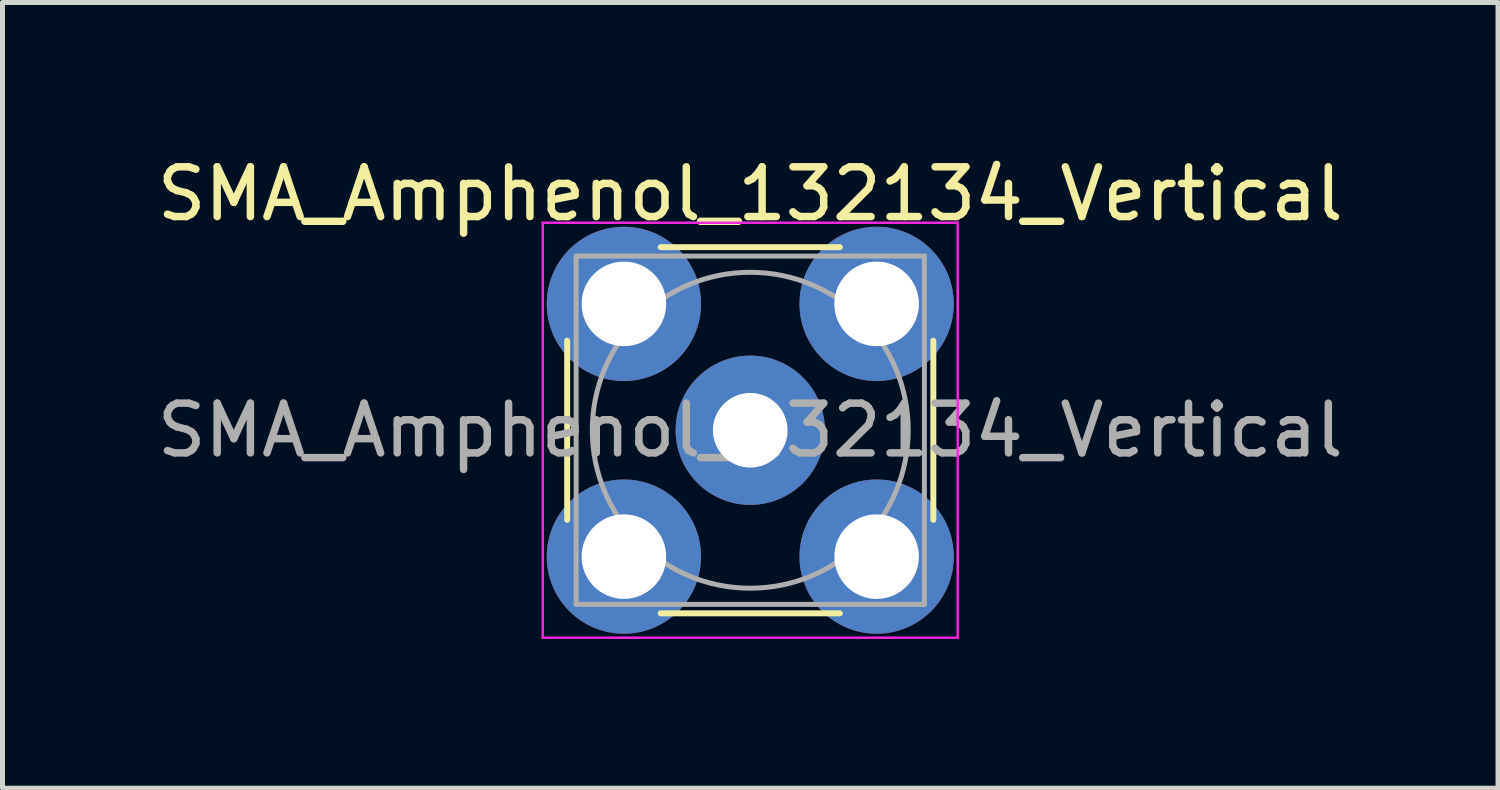
<source format=kicad_pcb>
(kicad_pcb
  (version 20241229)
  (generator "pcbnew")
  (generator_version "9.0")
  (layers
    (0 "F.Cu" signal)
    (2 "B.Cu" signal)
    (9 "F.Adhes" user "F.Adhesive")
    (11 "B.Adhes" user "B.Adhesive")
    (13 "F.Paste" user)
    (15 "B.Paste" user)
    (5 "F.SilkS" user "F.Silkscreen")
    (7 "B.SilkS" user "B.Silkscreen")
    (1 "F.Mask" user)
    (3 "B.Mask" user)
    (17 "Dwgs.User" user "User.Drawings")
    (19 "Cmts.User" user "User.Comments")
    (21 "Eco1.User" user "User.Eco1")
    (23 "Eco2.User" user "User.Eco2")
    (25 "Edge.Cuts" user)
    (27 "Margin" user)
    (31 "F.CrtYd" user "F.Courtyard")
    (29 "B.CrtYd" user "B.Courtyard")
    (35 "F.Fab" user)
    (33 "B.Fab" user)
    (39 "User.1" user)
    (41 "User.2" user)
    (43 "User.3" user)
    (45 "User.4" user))
  (footprint "SMA_Amphenol_132134_Vertical"
    (layer "F.Cu")
    (at 12.03 5.598)
    (property "Reference" "SMA_Amphenol_132134_Vertical" (at 0 -4.75 0) (layer "F.SilkS") (effects (font (size 1 1) (thickness 0.15))))
    (attr through_hole)
    (fp_line (start -3.68 -1.8) (end -3.68 1.8) (stroke (width 0.12) (type solid)) (layer "F.SilkS"))
    (fp_line (start -1.8 -3.68) (end 1.8 -3.68) (stroke (width 0.12) (type solid)) (layer "F.SilkS"))
    (fp_line (start -1.8 3.68) (end 1.8 3.68) (stroke (width 0.12) (type solid)) (layer "F.SilkS"))
    (fp_line (start 3.68 -1.8) (end 3.68 1.8) (stroke (width 0.12) (type solid)) (layer "F.SilkS"))
    (fp_line (start -4.17 -4.17) (end -4.17 4.17) (stroke (width 0.05) (type solid)) (layer "F.CrtYd"))
    (fp_line (start -4.17 -4.17) (end 4.17 -4.17) (stroke (width 0.05) (type solid)) (layer "F.CrtYd"))
    (fp_line (start 4.17 4.17) (end -4.17 4.17) (stroke (width 0.05) (type solid)) (layer "F.CrtYd"))
    (fp_line (start 4.17 4.17) (end 4.17 -4.17) (stroke (width 0.05) (type solid)) (layer "F.CrtYd"))
    (fp_line (start -3.5 -3.5) (end -3.5 3.5) (stroke (width 0.1) (type solid)) (layer "F.Fab"))
    (fp_line (start -3.5 -3.5) (end 3.5 -3.5) (stroke (width 0.1) (type solid)) (layer "F.Fab"))
    (fp_line (start -3.5 3.5) (end 3.5 3.5) (stroke (width 0.1) (type solid)) (layer "F.Fab"))
    (fp_line (start 3.5 -3.5) (end 3.5 3.5) (stroke (width 0.1) (type solid)) (layer "F.Fab"))
    (fp_circle (center 0 0) (end 3.175 0) (stroke (width 0.1) (type solid)) (fill no) (layer "F.Fab"))
    (fp_text user "${REFERENCE}" (at 0 0 0) (layer "F.Fab") (effects (font (size 1 1) (thickness 0.15))))
    (pad "1" thru_hole circle (at 0 0) (size 3 3) (drill 1.5) (layers "*.Cu" "*.Mask"))
    (pad "2" thru_hole circle (at -2.54 -2.54) (size 3.1 3.1) (drill 1.7) (layers "*.Cu" "*.Mask"))
    (pad "2" thru_hole circle (at -2.54 2.54) (size 3.1 3.1) (drill 1.7) (layers "*.Cu" "*.Mask"))
    (pad "2" thru_hole circle (at 2.54 -2.54) (size 3.1 3.1) (drill 1.7) (layers "*.Cu" "*.Mask"))
    (pad "2" thru_hole circle (at 2.54 2.54) (size 3.1 3.1) (drill 1.7) (layers "*.Cu" "*.Mask")))
  (gr_rect
    (start -3 -3)
    (end 27.06 12.793)
    (stroke (width 0.1) (type default))
    (fill no)
    (layer "Edge.Cuts")))
</source>
